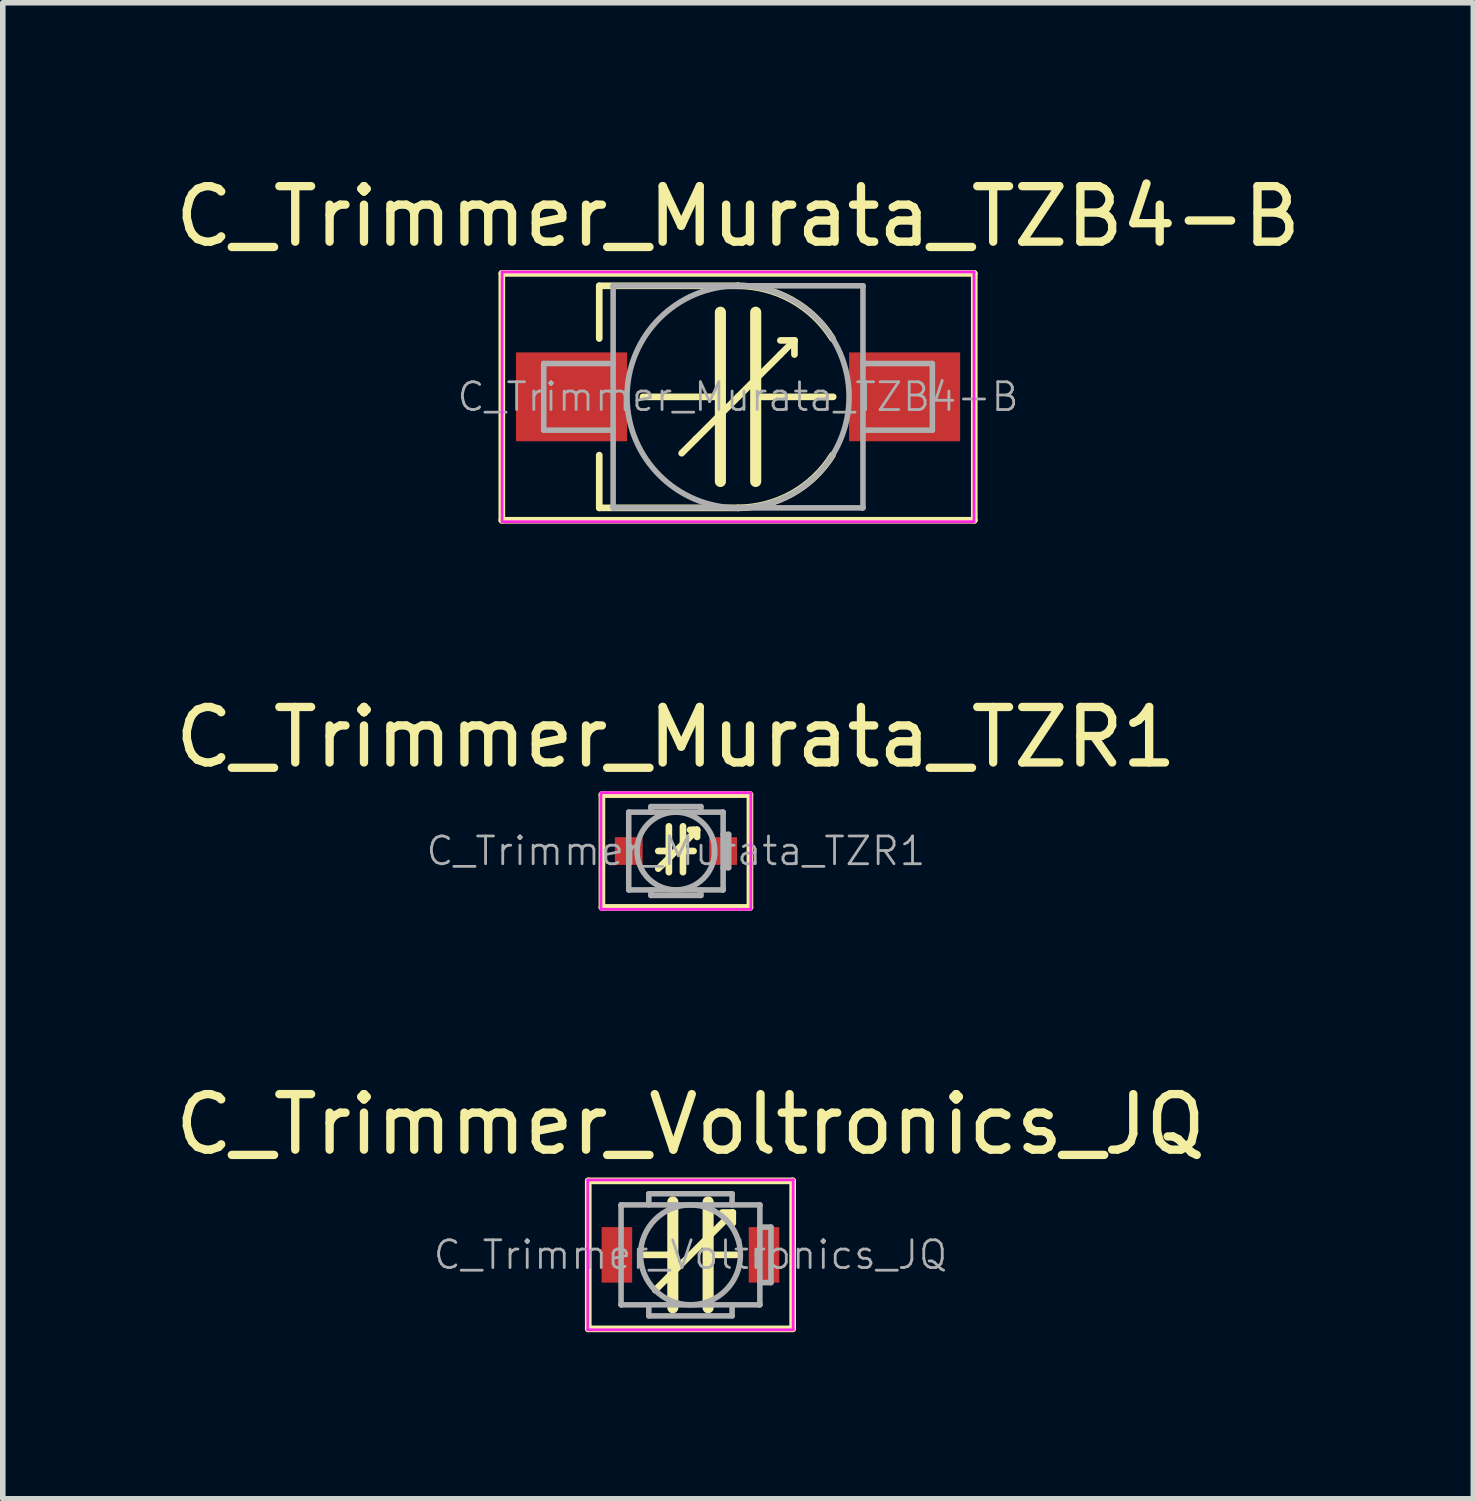
<source format=kicad_pcb>
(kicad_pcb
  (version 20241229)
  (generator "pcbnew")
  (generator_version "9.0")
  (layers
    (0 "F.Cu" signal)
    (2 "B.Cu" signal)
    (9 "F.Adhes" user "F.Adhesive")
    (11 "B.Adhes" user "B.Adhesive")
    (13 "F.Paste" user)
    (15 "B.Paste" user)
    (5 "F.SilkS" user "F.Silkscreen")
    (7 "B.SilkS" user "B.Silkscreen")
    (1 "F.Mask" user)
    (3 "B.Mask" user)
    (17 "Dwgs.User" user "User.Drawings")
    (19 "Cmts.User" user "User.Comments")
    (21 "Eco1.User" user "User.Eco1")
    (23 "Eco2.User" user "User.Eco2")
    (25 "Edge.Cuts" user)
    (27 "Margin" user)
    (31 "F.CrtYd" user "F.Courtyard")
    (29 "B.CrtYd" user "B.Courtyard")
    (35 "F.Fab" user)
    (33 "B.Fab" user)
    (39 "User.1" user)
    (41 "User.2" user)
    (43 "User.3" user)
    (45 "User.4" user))
  (footprint "C_Trimmer_Murata_TZB4-B"
    (layer "F.Cu")
    (at 10.244 4.098)
    (property "Reference" "C_Trimmer_Murata_TZB4-B" (at 0 -3.25 0) (layer "F.SilkS") (effects (font (size 1 1) (thickness 0.15))))
    (attr smd)
    (fp_line (start -4.255 -2.223) (end -4.255 2.223) (stroke (width 0.12) (type solid)) (layer "F.SilkS"))
    (fp_line (start -4.255 2.223) (end 4.255 2.223) (stroke (width 0.12) (type solid)) (layer "F.SilkS"))
    (fp_line (start -2.5 -2) (end -2.5 -1.05) (stroke (width 0.12) (type solid)) (layer "F.SilkS"))
    (fp_line (start -2.5 2) (end -2.5 1.05) (stroke (width 0.12) (type solid)) (layer "F.SilkS"))
    (fp_line (start -0.762 0.762) (end -1.016 1.016) (stroke (width 0.12) (type solid)) (layer "F.SilkS"))
    (fp_line (start -0.318 -1.524) (end -0.318 1.524) (stroke (width 0.2) (type solid)) (layer "F.SilkS"))
    (fp_line (start -0.318 0) (end -1.714 0) (stroke (width 0.12) (type solid)) (layer "F.SilkS"))
    (fp_line (start 0 -2) (end -2.5 -2) (stroke (width 0.12) (type solid)) (layer "F.SilkS"))
    (fp_line (start 0 0) (end -0.762 0.762) (stroke (width 0.12) (type solid)) (layer "F.SilkS"))
    (fp_line (start 0 0) (end 0.762 -0.762) (stroke (width 0.12) (type solid)) (layer "F.SilkS"))
    (fp_line (start 0 2) (end -2.5 2) (stroke (width 0.12) (type solid)) (layer "F.SilkS"))
    (fp_line (start 0.318 -1.524) (end 0.318 1.524) (stroke (width 0.2) (type solid)) (layer "F.SilkS"))
    (fp_line (start 0.762 -0.762) (end 1.016 -1.016) (stroke (width 0.12) (type solid)) (layer "F.SilkS"))
    (fp_line (start 1.016 -1.016) (end 0.762 -1.016) (stroke (width 0.12) (type solid)) (layer "F.SilkS"))
    (fp_line (start 1.016 -1.016) (end 1.016 -0.762) (stroke (width 0.12) (type solid)) (layer "F.SilkS"))
    (fp_line (start 1.714 0) (end 0.318 0) (stroke (width 0.12) (type solid)) (layer "F.SilkS"))
    (fp_line (start 4.255 -2.223) (end -4.255 -2.223) (stroke (width 0.12) (type solid)) (layer "F.SilkS"))
    (fp_line (start 4.255 2.223) (end 4.255 -2.223) (stroke (width 0.12) (type solid)) (layer "F.SilkS"))
    (fp_arc (start 0 -2) (mid 0.972143 -1.743571) (end 1.7 -1.05) (stroke (width 0.12) (type solid)) (layer "F.SilkS"))
    (fp_arc (start 1.7 1.05) (mid 0.972142 1.74357) (end 0 2) (stroke (width 0.12) (type solid)) (layer "F.SilkS"))
    (fp_line (start -4.25 -2.25) (end -4.25 2.25) (stroke (width 0.05) (type solid)) (layer "F.CrtYd"))
    (fp_line (start -4.25 2.25) (end 4.25 2.25) (stroke (width 0.05) (type solid)) (layer "F.CrtYd"))
    (fp_line (start 4.25 -2.25) (end -4.25 -2.25) (stroke (width 0.05) (type solid)) (layer "F.CrtYd"))
    (fp_line (start 4.25 2.25) (end 4.25 -2.25) (stroke (width 0.05) (type solid)) (layer "F.CrtYd"))
    (fp_line (start -3.5 -0.6) (end -3.5 0.6) (stroke (width 0.1) (type solid)) (layer "F.Fab"))
    (fp_line (start -3.5 0.6) (end -2.25 0.6) (stroke (width 0.1) (type solid)) (layer "F.Fab"))
    (fp_line (start -2.25 -2) (end -2.24 -2) (stroke (width 0.1) (type solid)) (layer "F.Fab"))
    (fp_line (start -2.25 -1.99) (end -2.25 -2) (stroke (width 0.1) (type solid)) (layer "F.Fab"))
    (fp_line (start -2.25 -0.6) (end -3.5 -0.6) (stroke (width 0.1) (type solid)) (layer "F.Fab"))
    (fp_line (start -2.25 1.99) (end -2.25 -1.99) (stroke (width 0.1) (type solid)) (layer "F.Fab"))
    (fp_line (start -2.25 2) (end -2.25 1.99) (stroke (width 0.1) (type solid)) (layer "F.Fab"))
    (fp_line (start -2.24 -2) (end 2.24 -2) (stroke (width 0.1) (type solid)) (layer "F.Fab"))
    (fp_line (start -2.24 2) (end -2.25 2) (stroke (width 0.1) (type solid)) (layer "F.Fab"))
    (fp_line (start 2.24 -2) (end 2.25 -2) (stroke (width 0.1) (type solid)) (layer "F.Fab"))
    (fp_line (start 2.24 2) (end -2.24 2) (stroke (width 0.1) (type solid)) (layer "F.Fab"))
    (fp_line (start 2.25 -2) (end 2.25 -1.99) (stroke (width 0.1) (type solid)) (layer "F.Fab"))
    (fp_line (start 2.25 -1.99) (end 2.25 1.99) (stroke (width 0.1) (type solid)) (layer "F.Fab"))
    (fp_line (start 2.25 -0.6) (end 3.5 -0.6) (stroke (width 0.1) (type solid)) (layer "F.Fab"))
    (fp_line (start 2.25 1.99) (end 2.25 2) (stroke (width 0.1) (type solid)) (layer "F.Fab"))
    (fp_line (start 2.25 2) (end 2.24 2) (stroke (width 0.1) (type solid)) (layer "F.Fab"))
    (fp_line (start 3.5 -0.6) (end 3.5 0.6) (stroke (width 0.1) (type solid)) (layer "F.Fab"))
    (fp_line (start 3.5 0.6) (end 2.25 0.6) (stroke (width 0.1) (type solid)) (layer "F.Fab"))
    (fp_circle (center 0 0) (end 2 0) (stroke (width 0.1) (type solid)) (fill no) (layer "F.Fab"))
    (fp_text user "${REFERENCE}" (at 0 0 0) (layer "F.Fab") (effects (font (size 0.5 0.5) (thickness 0.05))))
    (pad "1" smd rect (at -3 0) (size 2 1.6) (layers "F.Cu" "F.Mask" "F.Paste"))
    (pad "2" smd rect (at 3 0) (size 2 1.6) (layers "F.Cu" "F.Mask" "F.Paste")))
  (footprint "C_Trimmer_Voltronics_JQ"
    (layer "F.Cu")
    (at 9.387 19.553)
    (property "Reference" "C_Trimmer_Voltronics_JQ" (at 0 -2.35 0) (layer "F.SilkS") (effects (font (size 1 1) (thickness 0.15))))
    (attr smd)
    (fp_line (start -1.841 -1.333) (end -1.841 1.333) (stroke (width 0.12) (type solid)) (layer "F.SilkS"))
    (fp_line (start -1.841 1.333) (end 1.841 1.333) (stroke (width 0.12) (type solid)) (layer "F.SilkS"))
    (fp_line (start -0.635 0.635) (end 0.762 -0.762) (stroke (width 0.12) (type solid)) (layer "F.SilkS"))
    (fp_line (start -0.318 -0.953) (end -0.318 0.953) (stroke (width 0.2) (type solid)) (layer "F.SilkS"))
    (fp_line (start -0.318 0) (end -0.826 0) (stroke (width 0.12) (type solid)) (layer "F.SilkS"))
    (fp_line (start 0.318 -0.953) (end 0.318 0.953) (stroke (width 0.2) (type solid)) (layer "F.SilkS"))
    (fp_line (start 0.762 -0.762) (end 0.572 -0.762) (stroke (width 0.12) (type solid)) (layer "F.SilkS"))
    (fp_line (start 0.762 -0.762) (end 0.762 -0.572) (stroke (width 0.12) (type solid)) (layer "F.SilkS"))
    (fp_line (start 0.826 0) (end 0.318 0) (stroke (width 0.12) (type solid)) (layer "F.SilkS"))
    (fp_line (start 1.841 -1.333) (end -1.841 -1.333) (stroke (width 0.12) (type solid)) (layer "F.SilkS"))
    (fp_line (start 1.841 1.333) (end 1.841 -1.333) (stroke (width 0.12) (type solid)) (layer "F.SilkS"))
    (fp_line (start -1.85 -1.35) (end -1.85 1.35) (stroke (width 0.05) (type solid)) (layer "F.CrtYd"))
    (fp_line (start -1.85 1.35) (end 1.85 1.35) (stroke (width 0.05) (type solid)) (layer "F.CrtYd"))
    (fp_line (start 1.85 -1.35) (end -1.85 -1.35) (stroke (width 0.05) (type solid)) (layer "F.CrtYd"))
    (fp_line (start 1.85 1.35) (end 1.85 -1.35) (stroke (width 0.05) (type solid)) (layer "F.CrtYd"))
    (fp_line (start -1.25 -0.9) (end -1.24 -0.9) (stroke (width 0.1) (type solid)) (layer "F.Fab"))
    (fp_line (start -1.25 -0.89) (end -1.25 -0.9) (stroke (width 0.1) (type solid)) (layer "F.Fab"))
    (fp_line (start -1.25 0.89) (end -1.25 -0.89) (stroke (width 0.1) (type solid)) (layer "F.Fab"))
    (fp_line (start -1.25 0.9) (end -1.25 0.89) (stroke (width 0.1) (type solid)) (layer "F.Fab"))
    (fp_line (start -1.24 -0.9) (end 1.24 -0.9) (stroke (width 0.1) (type solid)) (layer "F.Fab"))
    (fp_line (start -1.24 0.9) (end -1.25 0.9) (stroke (width 0.1) (type solid)) (layer "F.Fab"))
    (fp_line (start -0.75 -1.1) (end 0.75 -1.1) (stroke (width 0.1) (type solid)) (layer "F.Fab"))
    (fp_line (start -0.75 -0.9) (end -0.75 -1.1) (stroke (width 0.1) (type solid)) (layer "F.Fab"))
    (fp_line (start -0.75 0.9) (end -0.75 1.1) (stroke (width 0.1) (type solid)) (layer "F.Fab"))
    (fp_line (start -0.75 1.1) (end 0.75 1.1) (stroke (width 0.1) (type solid)) (layer "F.Fab"))
    (fp_line (start 0.75 -1.1) (end 0.75 -0.9) (stroke (width 0.1) (type solid)) (layer "F.Fab"))
    (fp_line (start 0.75 1.1) (end 0.75 0.9) (stroke (width 0.1) (type solid)) (layer "F.Fab"))
    (fp_line (start 1.24 -0.9) (end 1.25 -0.9) (stroke (width 0.1) (type solid)) (layer "F.Fab"))
    (fp_line (start 1.24 0.9) (end -1.24 0.9) (stroke (width 0.1) (type solid)) (layer "F.Fab"))
    (fp_line (start 1.25 -0.9) (end 1.25 -0.89) (stroke (width 0.1) (type solid)) (layer "F.Fab"))
    (fp_line (start 1.25 -0.89) (end 1.25 0.89) (stroke (width 0.1) (type solid)) (layer "F.Fab"))
    (fp_line (start 1.25 -0.5) (end 1.45 -0.5) (stroke (width 0.1) (type solid)) (layer "F.Fab"))
    (fp_line (start 1.25 0.89) (end 1.25 0.9) (stroke (width 0.1) (type solid)) (layer "F.Fab"))
    (fp_line (start 1.25 0.9) (end 1.24 0.9) (stroke (width 0.1) (type solid)) (layer "F.Fab"))
    (fp_line (start 1.45 -0.5) (end 1.45 0.5) (stroke (width 0.1) (type solid)) (layer "F.Fab"))
    (fp_line (start 1.45 0.5) (end 1.25 0.5) (stroke (width 0.1) (type solid)) (layer "F.Fab"))
    (fp_circle (center 0 0) (end 0.9 0) (stroke (width 0.1) (type solid)) (fill no) (layer "F.Fab"))
    (fp_text user "${REFERENCE}" (at 0 0 0) (layer "F.Fab") (effects (font (size 0.5 0.5) (thickness 0.05))))
    (pad "1" smd rect (at -1.325 0) (size 0.55 1) (layers "F.Cu" "F.Mask" "F.Paste"))
    (pad "2" smd rect (at 1.325 0) (size 0.55 1) (layers "F.Cu" "F.Mask" "F.Paste")))
  (footprint "C_Trimmer_Murata_TZR1"
    (layer "F.Cu")
    (at 9.125 12.279)
    (property "Reference" "C_Trimmer_Murata_TZR1" (at 0 -2.05 0) (layer "F.SilkS") (effects (font (size 1 1) (thickness 0.15))))
    (attr smd)
    (fp_line (start -1.333 -1.016) (end -1.333 1.016) (stroke (width 0.12) (type solid)) (layer "F.SilkS"))
    (fp_line (start -1.333 1.016) (end 1.333 1.016) (stroke (width 0.12) (type solid)) (layer "F.SilkS"))
    (fp_line (start -0.254 0.254) (end -0.318 0.318) (stroke (width 0.12) (type solid)) (layer "F.SilkS"))
    (fp_line (start -0.127 -0.445) (end -0.127 0.381) (stroke (width 0.12) (type solid)) (layer "F.SilkS"))
    (fp_line (start -0.127 0) (end -0.318 0) (stroke (width 0.12) (type solid)) (layer "F.SilkS"))
    (fp_line (start 0 0) (end -0.254 0.254) (stroke (width 0.12) (type solid)) (layer "F.SilkS"))
    (fp_line (start 0 0) (end 0.381 -0.381) (stroke (width 0.12) (type solid)) (layer "F.SilkS"))
    (fp_line (start 0.127 -0.445) (end 0.127 0.381) (stroke (width 0.12) (type solid)) (layer "F.SilkS"))
    (fp_line (start 0.127 0) (end 0.318 0) (stroke (width 0.12) (type solid)) (layer "F.SilkS"))
    (fp_line (start 0.318 -0.381) (end 0.254 -0.381) (stroke (width 0.12) (type solid)) (layer "F.SilkS"))
    (fp_line (start 0.381 -0.381) (end 0.318 -0.381) (stroke (width 0.12) (type solid)) (layer "F.SilkS"))
    (fp_line (start 0.381 -0.381) (end 0.381 -0.254) (stroke (width 0.12) (type solid)) (layer "F.SilkS"))
    (fp_line (start 1.333 -1.016) (end -1.333 -1.016) (stroke (width 0.12) (type solid)) (layer "F.SilkS"))
    (fp_line (start 1.333 1.016) (end 1.333 -1.016) (stroke (width 0.12) (type solid)) (layer "F.SilkS"))
    (fp_line (start -1.35 -1.05) (end -1.35 1.05) (stroke (width 0.05) (type solid)) (layer "F.CrtYd"))
    (fp_line (start -1.35 1.05) (end 1.35 1.05) (stroke (width 0.05) (type solid)) (layer "F.CrtYd"))
    (fp_line (start 1.35 -1.05) (end -1.35 -1.05) (stroke (width 0.05) (type solid)) (layer "F.CrtYd"))
    (fp_line (start 1.35 1.05) (end 1.35 -1.05) (stroke (width 0.05) (type solid)) (layer "F.CrtYd"))
    (fp_line (start -0.85 -0.7) (end -0.84 -0.7) (stroke (width 0.1) (type solid)) (layer "F.Fab"))
    (fp_line (start -0.85 -0.69) (end -0.85 -0.7) (stroke (width 0.1) (type solid)) (layer "F.Fab"))
    (fp_line (start -0.85 0.69) (end -0.85 -0.69) (stroke (width 0.1) (type solid)) (layer "F.Fab"))
    (fp_line (start -0.85 0.7) (end -0.85 0.69) (stroke (width 0.1) (type solid)) (layer "F.Fab"))
    (fp_line (start -0.84 -0.7) (end 0.84 -0.7) (stroke (width 0.1) (type solid)) (layer "F.Fab"))
    (fp_line (start -0.84 0.7) (end -0.85 0.7) (stroke (width 0.1) (type solid)) (layer "F.Fab"))
    (fp_line (start -0.45 -0.8) (end 0.45 -0.8) (stroke (width 0.1) (type solid)) (layer "F.Fab"))
    (fp_line (start -0.45 -0.7) (end -0.45 -0.8) (stroke (width 0.1) (type solid)) (layer "F.Fab"))
    (fp_line (start -0.45 0.7) (end -0.45 0.8) (stroke (width 0.1) (type solid)) (layer "F.Fab"))
    (fp_line (start -0.45 0.8) (end 0.45 0.8) (stroke (width 0.1) (type solid)) (layer "F.Fab"))
    (fp_line (start 0.45 -0.8) (end 0.45 -0.7) (stroke (width 0.1) (type solid)) (layer "F.Fab"))
    (fp_line (start 0.45 0.8) (end 0.45 0.7) (stroke (width 0.1) (type solid)) (layer "F.Fab"))
    (fp_line (start 0.84 -0.7) (end 0.85 -0.7) (stroke (width 0.1) (type solid)) (layer "F.Fab"))
    (fp_line (start 0.84 0.7) (end -0.84 0.7) (stroke (width 0.1) (type solid)) (layer "F.Fab"))
    (fp_line (start 0.85 -0.7) (end 0.85 -0.69) (stroke (width 0.1) (type solid)) (layer "F.Fab"))
    (fp_line (start 0.85 -0.69) (end 0.85 0.69) (stroke (width 0.1) (type solid)) (layer "F.Fab"))
    (fp_line (start 0.85 -0.3) (end 0.95 -0.3) (stroke (width 0.1) (type solid)) (layer "F.Fab"))
    (fp_line (start 0.85 0.69) (end 0.85 0.7) (stroke (width 0.1) (type solid)) (layer "F.Fab"))
    (fp_line (start 0.85 0.7) (end 0.84 0.7) (stroke (width 0.1) (type solid)) (layer "F.Fab"))
    (fp_line (start 0.95 -0.3) (end 0.95 0.3) (stroke (width 0.1) (type solid)) (layer "F.Fab"))
    (fp_line (start 0.95 0.3) (end 0.85 0.3) (stroke (width 0.1) (type solid)) (layer "F.Fab"))
    (fp_circle (center 0 0) (end 0.7 0) (stroke (width 0.1) (type solid)) (fill no) (layer "F.Fab"))
    (fp_text user "${REFERENCE}" (at 0 0 0) (layer "F.Fab") (effects (font (size 0.5 0.5) (thickness 0.05))))
    (pad "1" smd rect (at -0.85 0) (size 0.5 0.5) (layers "F.Cu" "F.Mask" "F.Paste"))
    (pad "2" smd rect (at 0.85 0) (size 0.5 0.5) (layers "F.Cu" "F.Mask" "F.Paste")))
  (gr_rect
    (start -3 -3)
    (end 23.488 23.947)
    (stroke (width 0.1) (type default))
    (fill no)
    (layer "Edge.Cuts")))
</source>
